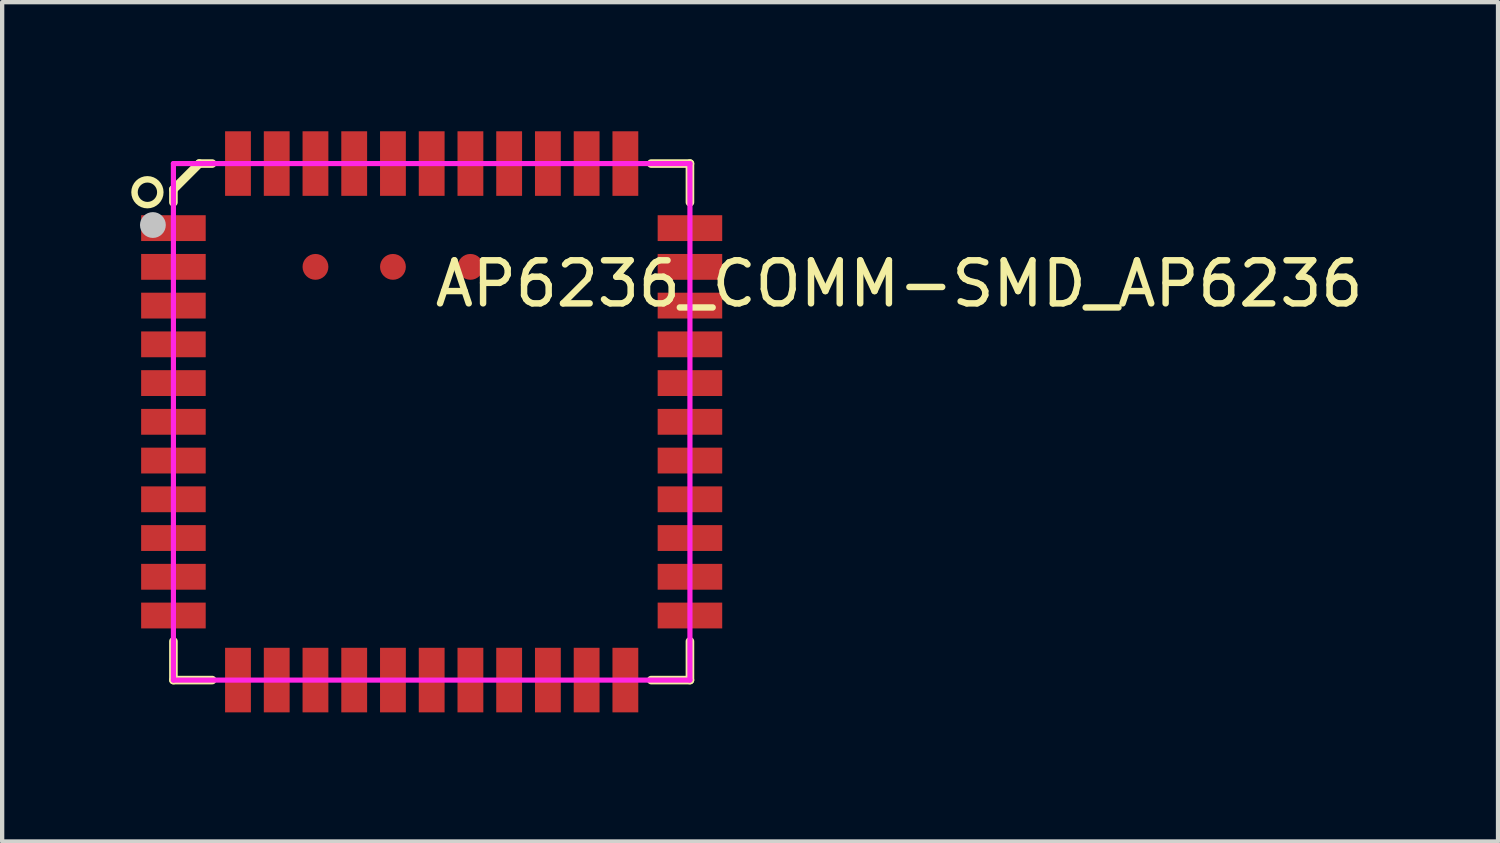
<source format=kicad_pcb>
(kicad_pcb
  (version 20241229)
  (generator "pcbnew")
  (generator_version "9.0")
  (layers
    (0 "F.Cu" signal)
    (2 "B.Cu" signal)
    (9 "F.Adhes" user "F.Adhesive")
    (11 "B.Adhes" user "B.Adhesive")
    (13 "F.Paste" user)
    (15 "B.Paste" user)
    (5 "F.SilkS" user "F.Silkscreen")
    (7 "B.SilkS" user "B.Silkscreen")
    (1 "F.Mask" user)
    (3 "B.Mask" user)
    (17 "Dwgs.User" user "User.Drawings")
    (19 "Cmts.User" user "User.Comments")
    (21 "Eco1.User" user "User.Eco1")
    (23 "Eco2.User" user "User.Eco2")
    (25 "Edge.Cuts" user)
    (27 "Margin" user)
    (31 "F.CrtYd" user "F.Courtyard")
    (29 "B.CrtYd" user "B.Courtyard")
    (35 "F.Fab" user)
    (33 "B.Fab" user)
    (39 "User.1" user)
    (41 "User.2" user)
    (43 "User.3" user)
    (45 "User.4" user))
  (footprint "AP6236_COMM-SMD_AP6236"
    (layer "F.Cu")
    (at 6.979 6.75)
    (property "Reference" "AP6236_COMM-SMD_AP6236" (at 0 -3.207 0) (layer "F.SilkS") (effects (font (size 1 1) (thickness 0.15)) (justify left)))
    (attr through_hole)
    (fp_line (start -6 -5.4) (end -6 -5.1) (stroke (width 0.2) (type solid)) (layer "F.SilkS"))
    (fp_line (start -6 6) (end -6 5.1) (stroke (width 0.2) (type solid)) (layer "F.SilkS"))
    (fp_line (start -5.4 -6) (end -6 -5.4) (stroke (width 0.2) (type solid)) (layer "F.SilkS"))
    (fp_line (start -5.1 -6) (end -5.4 -6) (stroke (width 0.2) (type solid)) (layer "F.SilkS"))
    (fp_line (start -5.1 6) (end -6 6) (stroke (width 0.2) (type solid)) (layer "F.SilkS"))
    (fp_line (start 5.1 -6) (end 6 -6) (stroke (width 0.2) (type solid)) (layer "F.SilkS"))
    (fp_line (start 6 -6) (end 6 -5.1) (stroke (width 0.2) (type solid)) (layer "F.SilkS"))
    (fp_line (start 6 5.1) (end 6 6) (stroke (width 0.2) (type solid)) (layer "F.SilkS"))
    (fp_line (start 6 6) (end 5.1 6) (stroke (width 0.2) (type solid)) (layer "F.SilkS"))
    (fp_circle (center -6.604 -5.334) (end -6.304 -5.334) (stroke (width 0.15) (type solid)) (fill no) (layer "F.SilkS"))
    (fp_circle (center -6.477 -4.572) (end -6.327 -4.572) (stroke (width 0.3) (type solid)) (fill no) (layer "Dwgs.User"))
    (fp_circle (center -6 -6) (end -5.97 -6) (stroke (width 0.06) (type solid)) (fill no) (layer "Eco2.User"))
    (fp_circle (center -2.7 -3.6) (end -2.55 -3.6) (stroke (width 0.3) (type solid)) (fill no) (layer "Eco2.User"))
    (fp_circle (center -0.9 -3.6) (end -0.75 -3.6) (stroke (width 0.3) (type solid)) (fill no) (layer "Eco2.User"))
    (fp_circle (center 0.9 -3.6) (end 1.05 -3.6) (stroke (width 0.3) (type solid)) (fill no) (layer "Eco2.User"))
    (fp_poly (pts (xy -6 -4.75) (xy -5.1 -4.75) (xy -5.1 -4.25) (xy -6 -4.25)) (stroke (width 0.12) (type solid)) (fill no) (layer "Eco2.User"))
    (fp_poly (pts (xy -6 -3.85) (xy -5.1 -3.85) (xy -5.1 -3.35) (xy -6 -3.35)) (stroke (width 0.12) (type solid)) (fill no) (layer "Eco2.User"))
    (fp_poly (pts (xy -6 -2.95) (xy -5.1 -2.95) (xy -5.1 -2.45) (xy -6 -2.45)) (stroke (width 0.12) (type solid)) (fill no) (layer "Eco2.User"))
    (fp_poly (pts (xy -6 -2.05) (xy -5.1 -2.05) (xy -5.1 -1.55) (xy -6 -1.55)) (stroke (width 0.12) (type solid)) (fill no) (layer "Eco2.User"))
    (fp_poly (pts (xy -6 -1.15) (xy -5.1 -1.15) (xy -5.1 -0.65) (xy -6 -0.65)) (stroke (width 0.12) (type solid)) (fill no) (layer "Eco2.User"))
    (fp_poly (pts (xy -6 -0.25) (xy -5.1 -0.25) (xy -5.1 0.25) (xy -6 0.25)) (stroke (width 0.12) (type solid)) (fill no) (layer "Eco2.User"))
    (fp_poly (pts (xy -6 0.65) (xy -5.1 0.65) (xy -5.1 1.15) (xy -6 1.15)) (stroke (width 0.12) (type solid)) (fill no) (layer "Eco2.User"))
    (fp_poly (pts (xy -6 1.55) (xy -5.1 1.55) (xy -5.1 2.05) (xy -6 2.05)) (stroke (width 0.12) (type solid)) (fill no) (layer "Eco2.User"))
    (fp_poly (pts (xy -6 2.45) (xy -5.1 2.45) (xy -5.1 2.95) (xy -6 2.95)) (stroke (width 0.12) (type solid)) (fill no) (layer "Eco2.User"))
    (fp_poly (pts (xy -6 3.35) (xy -5.1 3.35) (xy -5.1 3.85) (xy -6 3.85)) (stroke (width 0.12) (type solid)) (fill no) (layer "Eco2.User"))
    (fp_poly (pts (xy -6 4.25) (xy -5.1 4.25) (xy -5.1 4.75) (xy -6 4.75)) (stroke (width 0.12) (type solid)) (fill no) (layer "Eco2.User"))
    (fp_poly (pts (xy -4.75 -5.1) (xy -4.75 -6) (xy -4.25 -6) (xy -4.25 -5.1)) (stroke (width 0.12) (type solid)) (fill no) (layer "Eco2.User"))
    (fp_poly (pts (xy -4.25 5.1) (xy -4.25 6) (xy -4.75 6) (xy -4.75 5.1)) (stroke (width 0.12) (type solid)) (fill no) (layer "Eco2.User"))
    (fp_poly (pts (xy -3.85 -5.1) (xy -3.85 -6) (xy -3.35 -6) (xy -3.35 -5.1)) (stroke (width 0.12) (type solid)) (fill no) (layer "Eco2.User"))
    (fp_poly (pts (xy -3.35 5.1) (xy -3.35 6) (xy -3.85 6) (xy -3.85 5.1)) (stroke (width 0.12) (type solid)) (fill no) (layer "Eco2.User"))
    (fp_poly (pts (xy -2.95 -5.1) (xy -2.95 -6) (xy -2.45 -6) (xy -2.45 -5.1)) (stroke (width 0.12) (type solid)) (fill no) (layer "Eco2.User"))
    (fp_poly (pts (xy -2.45 5.1) (xy -2.45 6) (xy -2.95 6) (xy -2.95 5.1)) (stroke (width 0.12) (type solid)) (fill no) (layer "Eco2.User"))
    (fp_poly (pts (xy -2.05 -5.1) (xy -2.05 -6) (xy -1.55 -6) (xy -1.55 -5.1)) (stroke (width 0.12) (type solid)) (fill no) (layer "Eco2.User"))
    (fp_poly (pts (xy -1.55 5.1) (xy -1.55 6) (xy -2.05 6) (xy -2.05 5.1)) (stroke (width 0.12) (type solid)) (fill no) (layer "Eco2.User"))
    (fp_poly (pts (xy -1.15 -5.1) (xy -1.15 -6) (xy -0.65 -6) (xy -0.65 -5.1)) (stroke (width 0.12) (type solid)) (fill no) (layer "Eco2.User"))
    (fp_poly (pts (xy -0.65 5.1) (xy -0.65 6) (xy -1.15 6) (xy -1.15 5.1)) (stroke (width 0.12) (type solid)) (fill no) (layer "Eco2.User"))
    (fp_poly (pts (xy -0.25 -5.1) (xy -0.25 -6) (xy 0.25 -6) (xy 0.25 -5.1)) (stroke (width 0.12) (type solid)) (fill no) (layer "Eco2.User"))
    (fp_poly (pts (xy 0.25 5.1) (xy 0.25 6) (xy -0.25 6) (xy -0.25 5.1)) (stroke (width 0.12) (type solid)) (fill no) (layer "Eco2.User"))
    (fp_poly (pts (xy 0.65 -5.1) (xy 0.65 -6) (xy 1.15 -6) (xy 1.15 -5.1)) (stroke (width 0.12) (type solid)) (fill no) (layer "Eco2.User"))
    (fp_poly (pts (xy 1.15 5.1) (xy 1.15 6) (xy 0.65 6) (xy 0.65 5.1)) (stroke (width 0.12) (type solid)) (fill no) (layer "Eco2.User"))
    (fp_poly (pts (xy 1.55 -5.1) (xy 1.55 -6) (xy 2.05 -6) (xy 2.05 -5.1)) (stroke (width 0.12) (type solid)) (fill no) (layer "Eco2.User"))
    (fp_poly (pts (xy 2.05 5.1) (xy 2.05 6) (xy 1.55 6) (xy 1.55 5.1)) (stroke (width 0.12) (type solid)) (fill no) (layer "Eco2.User"))
    (fp_poly (pts (xy 2.45 -5.1) (xy 2.45 -6) (xy 2.95 -6) (xy 2.95 -5.1)) (stroke (width 0.12) (type solid)) (fill no) (layer "Eco2.User"))
    (fp_poly (pts (xy 2.95 5.1) (xy 2.95 6) (xy 2.45 6) (xy 2.45 5.1)) (stroke (width 0.12) (type solid)) (fill no) (layer "Eco2.User"))
    (fp_poly (pts (xy 3.35 -5.1) (xy 3.35 -6) (xy 3.85 -6) (xy 3.85 -5.1)) (stroke (width 0.12) (type solid)) (fill no) (layer "Eco2.User"))
    (fp_poly (pts (xy 3.85 5.1) (xy 3.85 6) (xy 3.35 6) (xy 3.35 5.1)) (stroke (width 0.12) (type solid)) (fill no) (layer "Eco2.User"))
    (fp_poly (pts (xy 4.25 -5.1) (xy 4.25 -6) (xy 4.75 -6) (xy 4.75 -5.1)) (stroke (width 0.12) (type solid)) (fill no) (layer "Eco2.User"))
    (fp_poly (pts (xy 4.75 5.1) (xy 4.75 6) (xy 4.25 6) (xy 4.25 5.1)) (stroke (width 0.12) (type solid)) (fill no) (layer "Eco2.User"))
    (fp_poly (pts (xy 6 -4.25) (xy 5.1 -4.25) (xy 5.1 -4.75) (xy 6 -4.75)) (stroke (width 0.12) (type solid)) (fill no) (layer "Eco2.User"))
    (fp_poly (pts (xy 6 -3.35) (xy 5.1 -3.35) (xy 5.1 -3.85) (xy 6 -3.85)) (stroke (width 0.12) (type solid)) (fill no) (layer "Eco2.User"))
    (fp_poly (pts (xy 6 -2.45) (xy 5.1 -2.45) (xy 5.1 -2.95) (xy 6 -2.95)) (stroke (width 0.12) (type solid)) (fill no) (layer "Eco2.User"))
    (fp_poly (pts (xy 6 -1.55) (xy 5.1 -1.55) (xy 5.1 -2.05) (xy 6 -2.05)) (stroke (width 0.12) (type solid)) (fill no) (layer "Eco2.User"))
    (fp_poly (pts (xy 6 -0.65) (xy 5.1 -0.65) (xy 5.1 -1.15) (xy 6 -1.15)) (stroke (width 0.12) (type solid)) (fill no) (layer "Eco2.User"))
    (fp_poly (pts (xy 6 0.25) (xy 5.1 0.25) (xy 5.1 -0.25) (xy 6 -0.25)) (stroke (width 0.12) (type solid)) (fill no) (layer "Eco2.User"))
    (fp_poly (pts (xy 6 1.15) (xy 5.1 1.15) (xy 5.1 0.65) (xy 6 0.65)) (stroke (width 0.12) (type solid)) (fill no) (layer "Eco2.User"))
    (fp_poly (pts (xy 6 2.05) (xy 5.1 2.05) (xy 5.1 1.55) (xy 6 1.55)) (stroke (width 0.12) (type solid)) (fill no) (layer "Eco2.User"))
    (fp_poly (pts (xy 6 2.95) (xy 5.1 2.95) (xy 5.1 2.45) (xy 6 2.45)) (stroke (width 0.12) (type solid)) (fill no) (layer "Eco2.User"))
    (fp_poly (pts (xy 6 3.85) (xy 5.1 3.85) (xy 5.1 3.35) (xy 6 3.35)) (stroke (width 0.12) (type solid)) (fill no) (layer "Eco2.User"))
    (fp_poly (pts (xy 6 4.75) (xy 5.1 4.75) (xy 5.1 4.25) (xy 6 4.25)) (stroke (width 0.12) (type solid)) (fill no) (layer "Eco2.User"))
    (fp_line (start -6 -6) (end 6 -6) (stroke (width 0.12) (type solid)) (layer "F.CrtYd"))
    (fp_line (start -6 6) (end -6 -6) (stroke (width 0.12) (type solid)) (layer "F.CrtYd"))
    (fp_line (start 6 -6) (end 6 6) (stroke (width 0.12) (type solid)) (layer "F.CrtYd"))
    (fp_line (start 6 6) (end -6 6) (stroke (width 0.12) (type solid)) (layer "F.CrtYd"))
    (pad "1" smd rect (at -6 -4.5) (size 1.5 0.6) (layers "F.Cu" "F.Mask" "F.Paste"))
    (pad "2" smd rect (at -6 -3.6) (size 1.5 0.6) (layers "F.Cu" "F.Mask" "F.Paste"))
    (pad "3" smd rect (at -6 -2.7) (size 1.5 0.6) (layers "F.Cu" "F.Mask" "F.Paste"))
    (pad "4" smd rect (at -6 -1.8) (size 1.5 0.6) (layers "F.Cu" "F.Mask" "F.Paste"))
    (pad "5" smd rect (at -6 -0.9) (size 1.5 0.6) (layers "F.Cu" "F.Mask" "F.Paste"))
    (pad "6" smd rect (at -6 0) (size 1.5 0.6) (layers "F.Cu" "F.Mask" "F.Paste"))
    (pad "7" smd rect (at -6 0.9) (size 1.5 0.6) (layers "F.Cu" "F.Mask" "F.Paste"))
    (pad "8" smd rect (at -6 1.8) (size 1.5 0.6) (layers "F.Cu" "F.Mask" "F.Paste"))
    (pad "9" smd rect (at -6 2.7) (size 1.5 0.6) (layers "F.Cu" "F.Mask" "F.Paste"))
    (pad "10" smd rect (at -6 3.6) (size 1.5 0.6) (layers "F.Cu" "F.Mask" "F.Paste"))
    (pad "11" smd rect (at -6 4.5) (size 1.5 0.6) (layers "F.Cu" "F.Mask" "F.Paste"))
    (pad "12" smd rect (at -4.5 6 90) (size 1.5 0.6) (layers "F.Cu" "F.Mask" "F.Paste"))
    (pad "13" smd rect (at -3.6 6 90) (size 1.5 0.6) (layers "F.Cu" "F.Mask" "F.Paste"))
    (pad "14" smd rect (at -2.7 6 90) (size 1.5 0.6) (layers "F.Cu" "F.Mask" "F.Paste"))
    (pad "15" smd rect (at -1.8 6 90) (size 1.5 0.6) (layers "F.Cu" "F.Mask" "F.Paste"))
    (pad "16" smd rect (at -0.9 6 90) (size 1.5 0.6) (layers "F.Cu" "F.Mask" "F.Paste"))
    (pad "17" smd rect (at 0 6 90) (size 1.5 0.6) (layers "F.Cu" "F.Mask" "F.Paste"))
    (pad "18" smd rect (at 0.9 6 90) (size 1.5 0.6) (layers "F.Cu" "F.Mask" "F.Paste"))
    (pad "19" smd rect (at 1.8 6 90) (size 1.5 0.6) (layers "F.Cu" "F.Mask" "F.Paste"))
    (pad "20" smd rect (at 2.7 6 90) (size 1.5 0.6) (layers "F.Cu" "F.Mask" "F.Paste"))
    (pad "21" smd rect (at 3.6 6 90) (size 1.5 0.6) (layers "F.Cu" "F.Mask" "F.Paste"))
    (pad "22" smd rect (at 4.5 6 90) (size 1.5 0.6) (layers "F.Cu" "F.Mask" "F.Paste"))
    (pad "23" smd rect (at 6 4.5 180) (size 1.5 0.6) (layers "F.Cu" "F.Mask" "F.Paste"))
    (pad "24" smd rect (at 6 3.6 180) (size 1.5 0.6) (layers "F.Cu" "F.Mask" "F.Paste"))
    (pad "25" smd rect (at 6 2.7 180) (size 1.5 0.6) (layers "F.Cu" "F.Mask" "F.Paste"))
    (pad "26" smd rect (at 6 1.8 180) (size 1.5 0.6) (layers "F.Cu" "F.Mask" "F.Paste"))
    (pad "27" smd rect (at 6 0.9 180) (size 1.5 0.6) (layers "F.Cu" "F.Mask" "F.Paste"))
    (pad "28" smd rect (at 6 0 180) (size 1.5 0.6) (layers "F.Cu" "F.Mask" "F.Paste"))
    (pad "29" smd rect (at 6 -0.9 180) (size 1.5 0.6) (layers "F.Cu" "F.Mask" "F.Paste"))
    (pad "30" smd rect (at 6 -1.8 180) (size 1.5 0.6) (layers "F.Cu" "F.Mask" "F.Paste"))
    (pad "31" smd rect (at 6 -2.7 180) (size 1.5 0.6) (layers "F.Cu" "F.Mask" "F.Paste"))
    (pad "32" smd rect (at 6 -3.6 180) (size 1.5 0.6) (layers "F.Cu" "F.Mask" "F.Paste"))
    (pad "33" smd rect (at 6 -4.5 180) (size 1.5 0.6) (layers "F.Cu" "F.Mask" "F.Paste"))
    (pad "34" smd rect (at 4.5 -6 270) (size 1.5 0.6) (layers "F.Cu" "F.Mask" "F.Paste"))
    (pad "35" smd rect (at 3.6 -6 270) (size 1.5 0.6) (layers "F.Cu" "F.Mask" "F.Paste"))
    (pad "36" smd rect (at 2.7 -6 270) (size 1.5 0.6) (layers "F.Cu" "F.Mask" "F.Paste"))
    (pad "37" smd rect (at 1.8 -6 270) (size 1.5 0.6) (layers "F.Cu" "F.Mask" "F.Paste"))
    (pad "38" smd rect (at 0.9 -6 270) (size 1.5 0.6) (layers "F.Cu" "F.Mask" "F.Paste"))
    (pad "39" smd rect (at 0 -6 270) (size 1.5 0.6) (layers "F.Cu" "F.Mask" "F.Paste"))
    (pad "40" smd rect (at -0.9 -6 270) (size 1.5 0.6) (layers "F.Cu" "F.Mask" "F.Paste"))
    (pad "41" smd rect (at -1.8 -6 270) (size 1.5 0.6) (layers "F.Cu" "F.Mask" "F.Paste"))
    (pad "42" smd rect (at -2.7 -6 270) (size 1.5 0.6) (layers "F.Cu" "F.Mask" "F.Paste"))
    (pad "43" smd rect (at -3.6 -6 270) (size 1.5 0.6) (layers "F.Cu" "F.Mask" "F.Paste"))
    (pad "44" smd rect (at -4.5 -6 270) (size 1.5 0.6) (layers "F.Cu" "F.Mask" "F.Paste"))
    (pad "45" smd circle (at -2.7 -3.6 270) (size 0.6 0.6) (layers "F.Cu" "F.Mask" "F.Paste"))
    (pad "46" smd circle (at -0.9 -3.6 270) (size 0.6 0.6) (layers "F.Cu" "F.Mask" "F.Paste"))
    (pad "47" smd circle (at 0.9 -3.6 270) (size 0.6 0.6) (layers "F.Cu" "F.Mask" "F.Paste")))
  (gr_rect
    (start -3 -3)
    (end 31.753 16.5)
    (stroke (width 0.1) (type default))
    (fill no)
    (layer "Edge.Cuts")))
</source>
